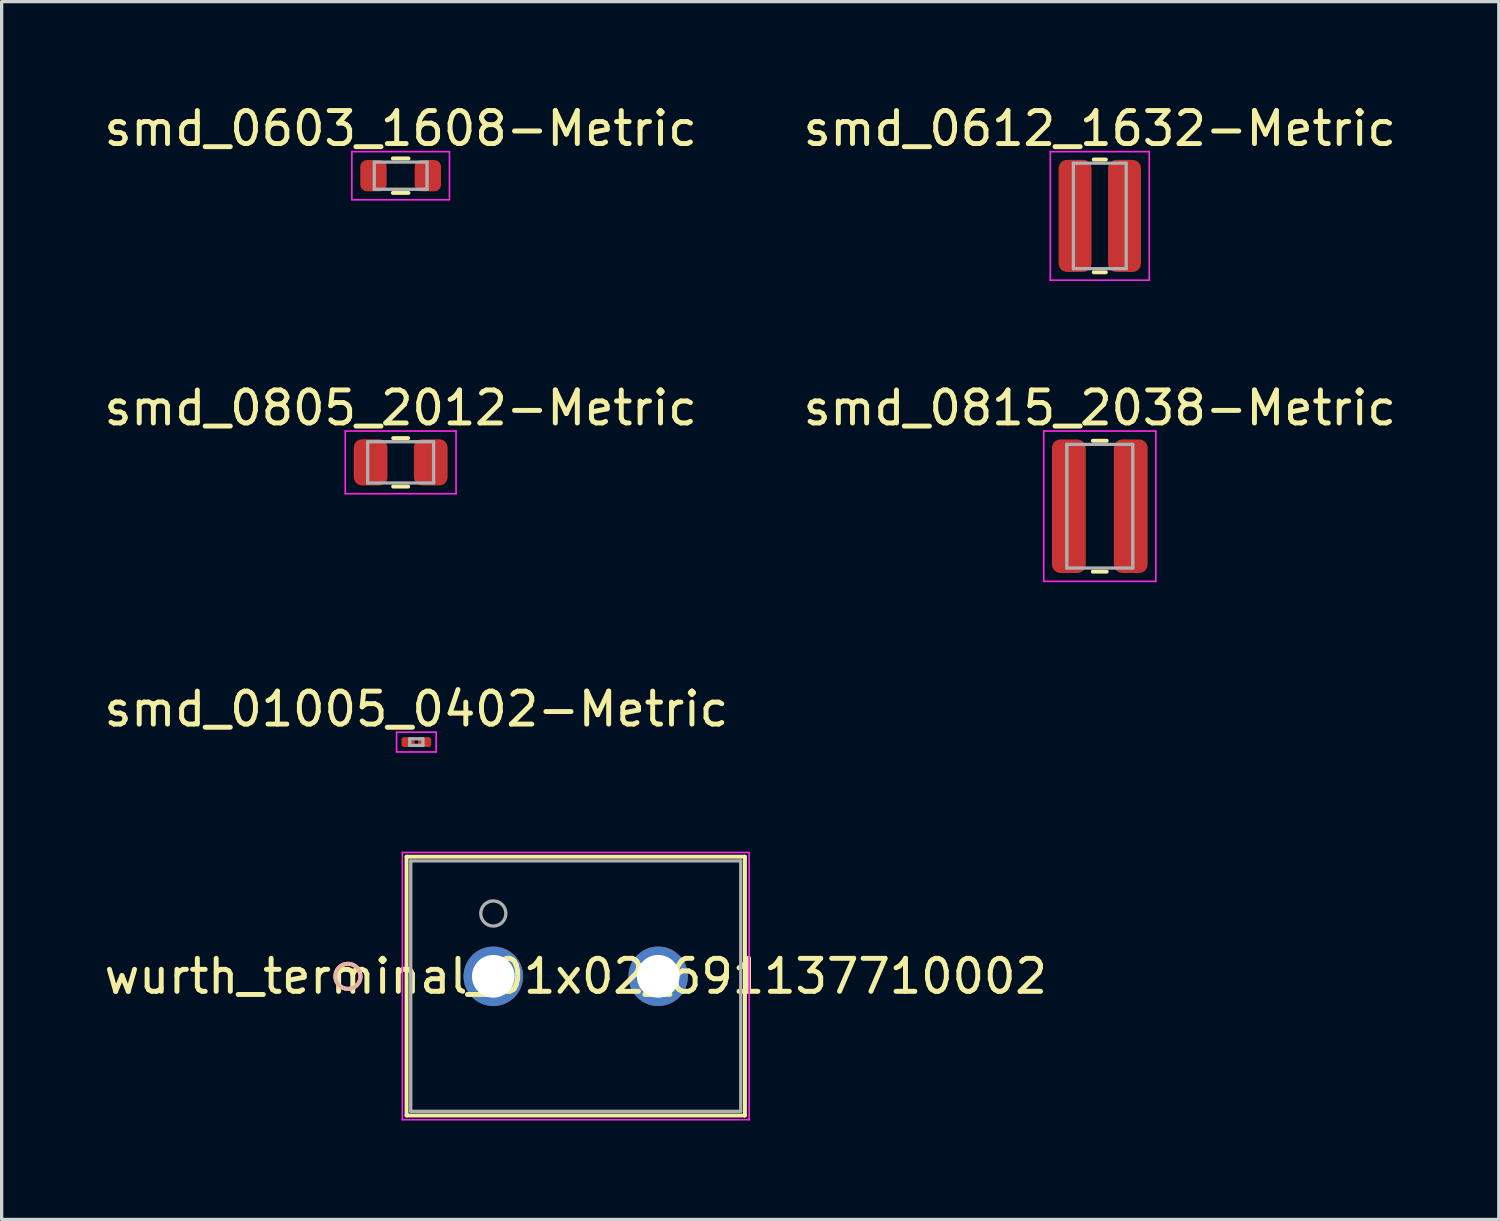
<source format=kicad_pcb>
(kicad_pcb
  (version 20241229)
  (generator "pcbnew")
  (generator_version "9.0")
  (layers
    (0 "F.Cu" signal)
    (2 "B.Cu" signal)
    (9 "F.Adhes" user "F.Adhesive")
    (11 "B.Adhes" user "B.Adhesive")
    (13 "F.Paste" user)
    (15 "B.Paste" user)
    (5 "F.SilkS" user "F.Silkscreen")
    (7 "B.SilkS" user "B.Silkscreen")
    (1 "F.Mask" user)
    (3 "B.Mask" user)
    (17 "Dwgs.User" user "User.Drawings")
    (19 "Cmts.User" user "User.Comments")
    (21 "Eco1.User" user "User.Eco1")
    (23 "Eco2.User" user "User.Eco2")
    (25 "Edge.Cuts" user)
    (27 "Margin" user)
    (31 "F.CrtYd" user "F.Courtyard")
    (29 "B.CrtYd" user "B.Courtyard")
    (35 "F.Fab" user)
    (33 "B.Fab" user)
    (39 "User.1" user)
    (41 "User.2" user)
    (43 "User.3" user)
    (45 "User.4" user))
  (footprint "wurth_terminal_01x02_691137710002"
    (layer "F.Cu")
    (at 11.911 26.559)
    (property "Reference" "wurth_terminal_01x02_691137710002" (at 2.5 0 0) (layer "F.SilkS") (effects (font (size 1 1) (thickness 0.15))))
    (attr through_hole)
    (fp_line (start -2.631 -3.627) (end -2.631 4.222) (stroke (width 0.12) (type solid)) (layer "F.SilkS"))
    (fp_line (start -2.631 4.222) (end 7.631 4.222) (stroke (width 0.12) (type solid)) (layer "F.SilkS"))
    (fp_line (start 7.631 -3.627) (end -2.631 -3.627) (stroke (width 0.12) (type solid)) (layer "F.SilkS"))
    (fp_line (start 7.631 4.222) (end 7.631 -3.627) (stroke (width 0.12) (type solid)) (layer "F.SilkS"))
    (fp_circle (center -4.409 0) (end -4.028 0) (stroke (width 0.12) (type solid)) (fill no) (layer "F.SilkS"))
    (fp_circle (center -4.409 0) (end -4.028 0) (stroke (width 0.12) (type solid)) (fill no) (layer "B.SilkS"))
    (fp_line (start -2.758 -3.754) (end -2.758 4.349) (stroke (width 0.05) (type solid)) (layer "F.CrtYd"))
    (fp_line (start -2.758 4.349) (end 7.758 4.349) (stroke (width 0.05) (type solid)) (layer "F.CrtYd"))
    (fp_line (start 7.758 -3.754) (end -2.758 -3.754) (stroke (width 0.05) (type solid)) (layer "F.CrtYd"))
    (fp_line (start 7.758 4.349) (end 7.758 -3.754) (stroke (width 0.05) (type solid)) (layer "F.CrtYd"))
    (fp_line (start -2.504 -3.5) (end -2.504 4.095) (stroke (width 0.1) (type solid)) (layer "F.Fab"))
    (fp_line (start -2.504 4.095) (end 7.504 4.095) (stroke (width 0.1) (type solid)) (layer "F.Fab"))
    (fp_line (start 7.504 -3.5) (end -2.504 -3.5) (stroke (width 0.1) (type solid)) (layer "F.Fab"))
    (fp_line (start 7.504 4.095) (end 7.504 -3.5) (stroke (width 0.1) (type solid)) (layer "F.Fab"))
    (fp_circle (center 0 -1.905) (end 0.381 -1.905) (stroke (width 0.1) (type solid)) (fill no) (layer "F.Fab"))
    (fp_text user "*" (at 0 0 0) (layer "F.SilkS") (effects (font (size 1 1) (thickness 0.15))))
    (fp_text user "Copyright 2021 Accelerated Designs. All rights reserved." (at 0 0 0) (layer "Cmts.User") (effects (font (size 0.127 0.127) (thickness 0.002))))
    (fp_text user "*" (at 0 0 0) (layer "F.Fab") (effects (font (size 1 1) (thickness 0.15))))
    (pad "1" thru_hole circle (at 0 0) (size 1.803 1.803) (drill 1.295) (layers "*.Cu" "*.Mask"))
    (pad "2" thru_hole circle (at 5 0) (size 1.803 1.803) (drill 1.295) (layers "*.Cu" "*.Mask")))
  (footprint "smd_01005_0402-Metric"
    (layer "F.Cu")
    (at 9.577 19.455)
    (property "Reference" "smd_01005_0402-Metric" (at 0 -1 0) (layer "F.SilkS") (effects (font (size 1 1) (thickness 0.15))))
    (attr smd)
    (fp_line (start -0.6 -0.3) (end 0.6 -0.3) (stroke (width 0.05) (type solid)) (layer "F.CrtYd"))
    (fp_line (start -0.6 0.3) (end -0.6 -0.3) (stroke (width 0.05) (type solid)) (layer "F.CrtYd"))
    (fp_line (start 0.6 -0.3) (end 0.6 0.3) (stroke (width 0.05) (type solid)) (layer "F.CrtYd"))
    (fp_line (start 0.6 0.3) (end -0.6 0.3) (stroke (width 0.05) (type solid)) (layer "F.CrtYd"))
    (fp_line (start -0.2 -0.1) (end 0.2 -0.1) (stroke (width 0.1) (type solid)) (layer "F.Fab"))
    (fp_line (start -0.2 0.1) (end -0.2 -0.1) (stroke (width 0.1) (type solid)) (layer "F.Fab"))
    (fp_line (start 0.2 -0.1) (end 0.2 0.1) (stroke (width 0.1) (type solid)) (layer "F.Fab"))
    (fp_line (start 0.2 0.1) (end -0.2 0.1) (stroke (width 0.1) (type solid)) (layer "F.Fab"))
    (pad "" smd roundrect (at -0.275 0) (size 0.27 0.27) (layers "F.Paste") (roundrect_rratio 0.25))
    (pad "" smd roundrect (at 0.275 0) (size 0.27 0.27) (layers "F.Paste") (roundrect_rratio 0.25))
    (pad "1" smd roundrect (at -0.25 0) (size 0.4 0.3) (layers "F.Cu" "F.Mask") (roundrect_rratio 0.25))
    (pad "2" smd roundrect (at 0.25 0) (size 0.4 0.3) (layers "F.Cu" "F.Mask") (roundrect_rratio 0.25)))
  (footprint "smd_0603_1608-Metric"
    (layer "F.Cu")
    (at 9.101 2.278)
    (property "Reference" "smd_0603_1608-Metric" (at 0 -1.43 0) (layer "F.SilkS") (effects (font (size 1 1) (thickness 0.15))))
    (attr smd)
    (fp_line (start -0.237 -0.522) (end 0.237 -0.522) (stroke (width 0.12) (type solid)) (layer "F.SilkS"))
    (fp_line (start -0.237 0.522) (end 0.237 0.522) (stroke (width 0.12) (type solid)) (layer "F.SilkS"))
    (fp_line (start -1.48 -0.73) (end 1.48 -0.73) (stroke (width 0.05) (type solid)) (layer "F.CrtYd"))
    (fp_line (start -1.48 0.73) (end -1.48 -0.73) (stroke (width 0.05) (type solid)) (layer "F.CrtYd"))
    (fp_line (start 1.48 -0.73) (end 1.48 0.73) (stroke (width 0.05) (type solid)) (layer "F.CrtYd"))
    (fp_line (start 1.48 0.73) (end -1.48 0.73) (stroke (width 0.05) (type solid)) (layer "F.CrtYd"))
    (fp_line (start -0.8 -0.412) (end 0.8 -0.412) (stroke (width 0.1) (type solid)) (layer "F.Fab"))
    (fp_line (start -0.8 0.412) (end -0.8 -0.412) (stroke (width 0.1) (type solid)) (layer "F.Fab"))
    (fp_line (start 0.8 -0.412) (end 0.8 0.412) (stroke (width 0.1) (type solid)) (layer "F.Fab"))
    (fp_line (start 0.8 0.412) (end -0.8 0.412) (stroke (width 0.1) (type solid)) (layer "F.Fab"))
    (pad "1" smd roundrect (at -0.825 0) (size 0.8 0.95) (layers "F.Cu" "F.Mask" "F.Paste") (roundrect_rratio 0.25))
    (pad "2" smd roundrect (at 0.825 0) (size 0.8 0.95) (layers "F.Cu" "F.Mask" "F.Paste") (roundrect_rratio 0.25)))
  (footprint "smd_0805_2012-Metric"
    (layer "F.Cu")
    (at 9.101 10.972)
    (property "Reference" "smd_0805_2012-Metric" (at 0 -1.65 0) (layer "F.SilkS") (effects (font (size 1 1) (thickness 0.15))))
    (attr smd)
    (fp_line (start -0.227 -0.735) (end 0.227 -0.735) (stroke (width 0.12) (type solid)) (layer "F.SilkS"))
    (fp_line (start -0.227 0.735) (end 0.227 0.735) (stroke (width 0.12) (type solid)) (layer "F.SilkS"))
    (fp_line (start -1.68 -0.95) (end 1.68 -0.95) (stroke (width 0.05) (type solid)) (layer "F.CrtYd"))
    (fp_line (start -1.68 0.95) (end -1.68 -0.95) (stroke (width 0.05) (type solid)) (layer "F.CrtYd"))
    (fp_line (start 1.68 -0.95) (end 1.68 0.95) (stroke (width 0.05) (type solid)) (layer "F.CrtYd"))
    (fp_line (start 1.68 0.95) (end -1.68 0.95) (stroke (width 0.05) (type solid)) (layer "F.CrtYd"))
    (fp_line (start -1 -0.625) (end 1 -0.625) (stroke (width 0.1) (type solid)) (layer "F.Fab"))
    (fp_line (start -1 0.625) (end -1 -0.625) (stroke (width 0.1) (type solid)) (layer "F.Fab"))
    (fp_line (start 1 -0.625) (end 1 0.625) (stroke (width 0.1) (type solid)) (layer "F.Fab"))
    (fp_line (start 1 0.625) (end -1 0.625) (stroke (width 0.1) (type solid)) (layer "F.Fab"))
    (pad "1" smd roundrect (at -0.912 0) (size 1.025 1.4) (layers "F.Cu" "F.Mask" "F.Paste") (roundrect_rratio 0.244))
    (pad "2" smd roundrect (at 0.912 0) (size 1.025 1.4) (layers "F.Cu" "F.Mask" "F.Paste") (roundrect_rratio 0.244)))
  (footprint "smd_0612_1632-Metric"
    (layer "F.Cu")
    (at 30.304 3.498)
    (property "Reference" "smd_0612_1632-Metric" (at 0 -2.65 0) (layer "F.SilkS") (effects (font (size 1 1) (thickness 0.15))))
    (attr smd)
    (fp_line (start -0.183 -1.71) (end 0.183 -1.71) (stroke (width 0.12) (type solid)) (layer "F.SilkS"))
    (fp_line (start -0.183 1.71) (end 0.183 1.71) (stroke (width 0.12) (type solid)) (layer "F.SilkS"))
    (fp_line (start -1.5 -1.95) (end 1.5 -1.95) (stroke (width 0.05) (type solid)) (layer "F.CrtYd"))
    (fp_line (start -1.5 1.95) (end -1.5 -1.95) (stroke (width 0.05) (type solid)) (layer "F.CrtYd"))
    (fp_line (start 1.5 -1.95) (end 1.5 1.95) (stroke (width 0.05) (type solid)) (layer "F.CrtYd"))
    (fp_line (start 1.5 1.95) (end -1.5 1.95) (stroke (width 0.05) (type solid)) (layer "F.CrtYd"))
    (fp_line (start -0.8 -1.6) (end 0.8 -1.6) (stroke (width 0.1) (type solid)) (layer "F.Fab"))
    (fp_line (start -0.8 1.6) (end -0.8 -1.6) (stroke (width 0.1) (type solid)) (layer "F.Fab"))
    (fp_line (start 0.8 -1.6) (end 0.8 1.6) (stroke (width 0.1) (type solid)) (layer "F.Fab"))
    (fp_line (start 0.8 1.6) (end -0.8 1.6) (stroke (width 0.1) (type solid)) (layer "F.Fab"))
    (pad "1" smd roundrect (at -0.75 0) (size 1 3.4) (layers "F.Cu" "F.Mask" "F.Paste") (roundrect_rratio 0.25))
    (pad "2" smd roundrect (at 0.75 0) (size 1 3.4) (layers "F.Cu" "F.Mask" "F.Paste") (roundrect_rratio 0.25)))
  (footprint "smd_0815_2038-Metric"
    (layer "F.Cu")
    (at 30.304 12.302)
    (property "Reference" "smd_0815_2038-Metric" (at 0 -2.98 0) (layer "F.SilkS") (effects (font (size 1 1) (thickness 0.15))))
    (attr smd)
    (fp_line (start -0.21 -1.985) (end 0.21 -1.985) (stroke (width 0.12) (type solid)) (layer "F.SilkS"))
    (fp_line (start -0.21 1.985) (end 0.21 1.985) (stroke (width 0.12) (type solid)) (layer "F.SilkS"))
    (fp_line (start -1.7 -2.28) (end 1.7 -2.28) (stroke (width 0.05) (type solid)) (layer "F.CrtYd"))
    (fp_line (start -1.7 2.28) (end -1.7 -2.28) (stroke (width 0.05) (type solid)) (layer "F.CrtYd"))
    (fp_line (start 1.7 -2.28) (end 1.7 2.28) (stroke (width 0.05) (type solid)) (layer "F.CrtYd"))
    (fp_line (start 1.7 2.28) (end -1.7 2.28) (stroke (width 0.05) (type solid)) (layer "F.CrtYd"))
    (fp_line (start -1 -1.875) (end 1 -1.875) (stroke (width 0.1) (type solid)) (layer "F.Fab"))
    (fp_line (start -1 1.875) (end -1 -1.875) (stroke (width 0.1) (type solid)) (layer "F.Fab"))
    (fp_line (start 1 -1.875) (end 1 1.875) (stroke (width 0.1) (type solid)) (layer "F.Fab"))
    (fp_line (start 1 1.875) (end -1 1.875) (stroke (width 0.1) (type solid)) (layer "F.Fab"))
    (pad "1" smd roundrect (at -0.938 0) (size 1.025 4.05) (layers "F.Cu" "F.Mask" "F.Paste") (roundrect_rratio 0.244))
    (pad "2" smd roundrect (at 0.938 0) (size 1.025 4.05) (layers "F.Cu" "F.Mask" "F.Paste") (roundrect_rratio 0.244)))
  (gr_rect
    (start -3 -3)
    (end 42.405 33.932)
    (stroke (width 0.1) (type default))
    (fill no)
    (layer "Edge.Cuts")))
</source>
